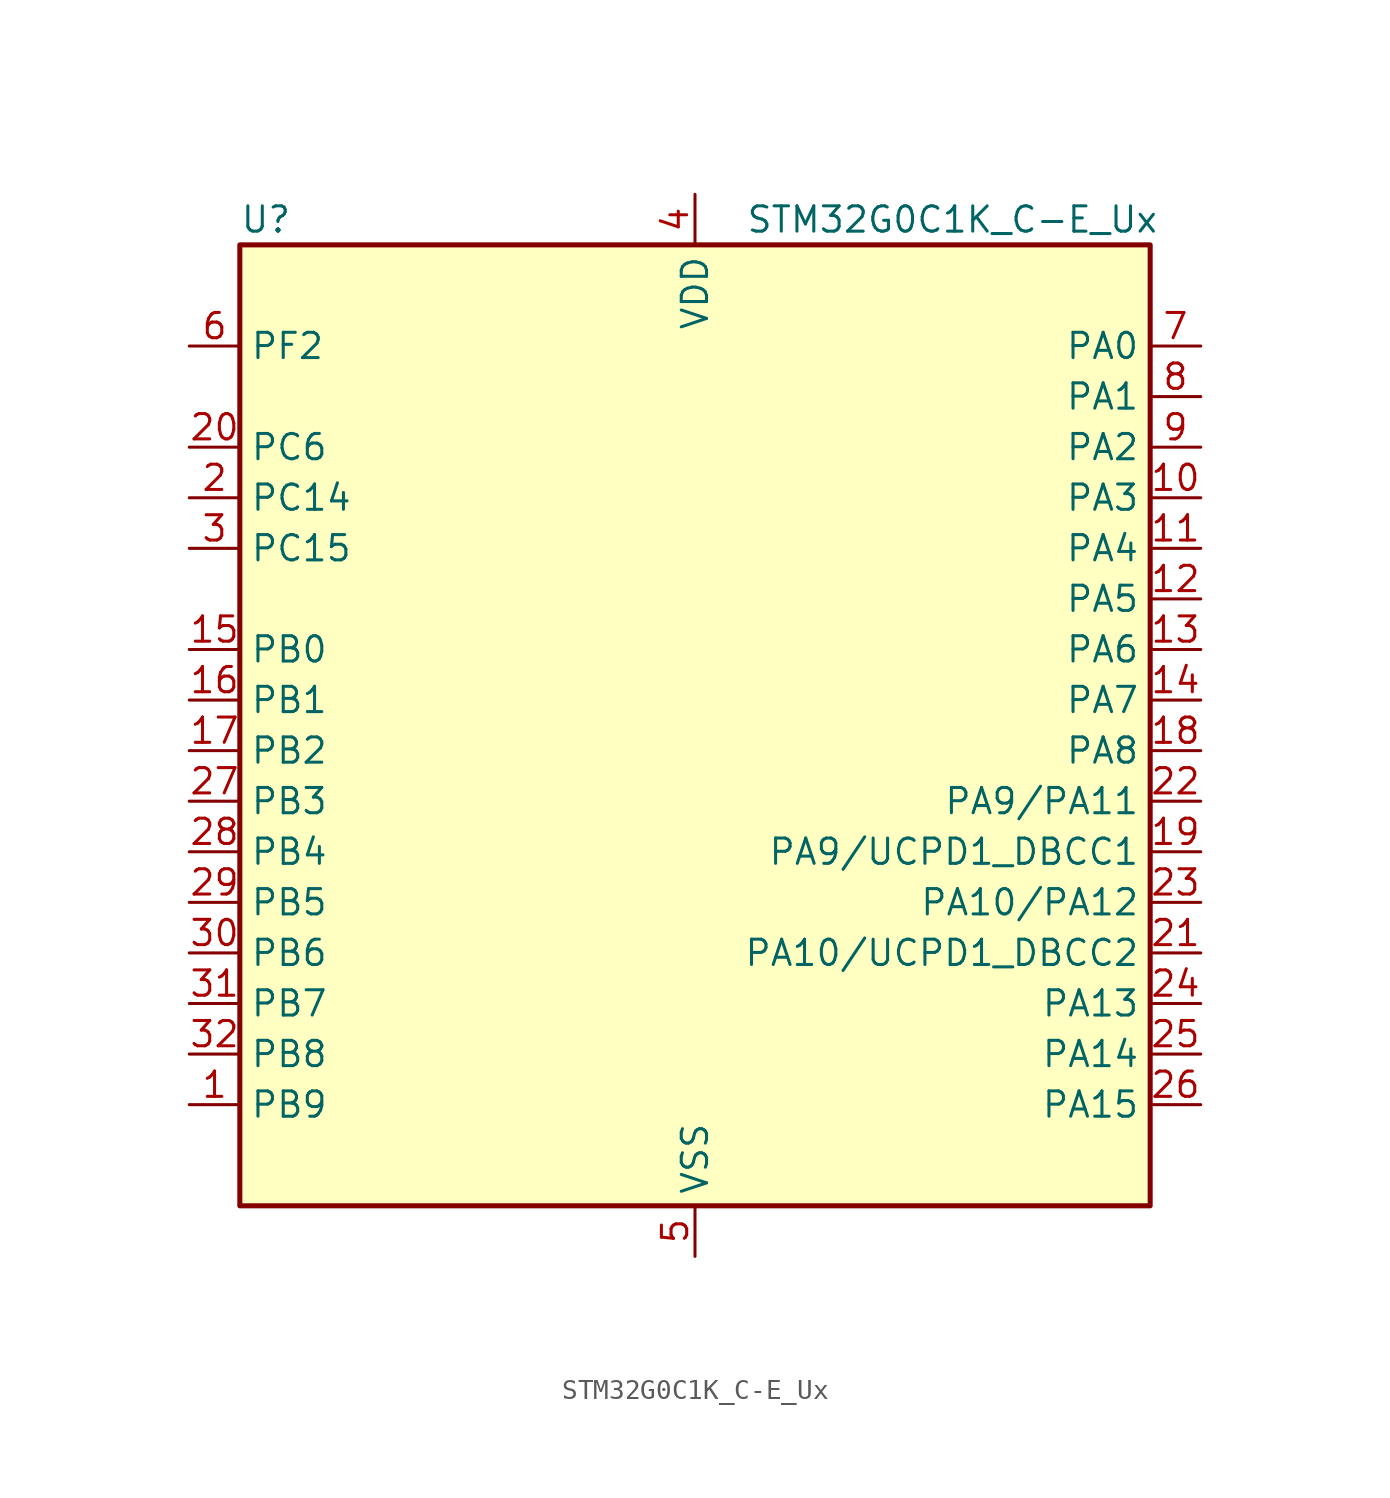
<source format=kicad_sym>
(kicad_symbol_lib
  (version 20231120)
  (generator "kicad-library-utils")
  (generator_version "8.0")
  (symbol "STM32G0C1K_C-E_Ux"
    (property "Reference" "U"
      (at -22.86 26.67 0)
      (effects (font (size 1.27 1.27)) (justify left)))
    (property "Value" "STM32G0C1K_C-E_Ux"
      (at 2.54 26.67 0)
      (effects (font (size 1.27 1.27)) (justify left)))
    (symbol "STM32G0C1K_C-E_Ux_0_1"
      (rectangle (start -22.86 -22.86) (end 22.86 25.4) (stroke (width 0.254) (type default)) (fill (type background))))
    (symbol "STM32G0C1K_C-E_Ux_1_1"
      (pin bidirectional line (at -25.4 -17.78 0) (length 2.54) (name "PB9" (effects (font (size 1.27 1.27)))) (number "1" (effects (font (size 1.27 1.27)))) (alternate "DAC1_EXTI9" bidirectional line) (alternate "FDCAN1_TX" bidirectional line) (alternate "I2C1_SDA" bidirectional line) (alternate "I2S2_WS" bidirectional line) (alternate "IR_OUT" bidirectional line) (alternate "SPI2_NSS" bidirectional line) (alternate "TIM17_CH1" bidirectional line) (alternate "TIM4_CH4" bidirectional line) (alternate "USART3_RX" bidirectional line) (alternate "USART6_RX" bidirectional line))
      (pin bidirectional line (at 25.4 12.7 180) (length 2.54) (name "PA3" (effects (font (size 1.27 1.27)))) (number "10" (effects (font (size 1.27 1.27)))) (alternate "ADC1_IN3" bidirectional line) (alternate "COMP2_INP" bidirectional line) (alternate "I2S2_MCK" bidirectional line) (alternate "LPUART1_RX" bidirectional line) (alternate "SPI2_MISO" bidirectional line) (alternate "TIM15_CH2" bidirectional line) (alternate "TIM2_CH4" bidirectional line) (alternate "USART2_RX" bidirectional line))
      (pin bidirectional line (at 25.4 10.16 180) (length 2.54) (name "PA4" (effects (font (size 1.27 1.27)))) (number "11" (effects (font (size 1.27 1.27)))) (alternate "ADC1_IN4" bidirectional line) (alternate "DAC1_OUT1" bidirectional line) (alternate "I2S1_WS" bidirectional line) (alternate "I2S2_SD" bidirectional line) (alternate "LPTIM2_OUT" bidirectional line) (alternate "RTC_OUT1" bidirectional line) (alternate "RTC_TAMP_IN1" bidirectional line) (alternate "RTC_TS" bidirectional line) (alternate "SPI1_NSS" bidirectional line) (alternate "SPI2_MOSI" bidirectional line) (alternate "SPI3_NSS" bidirectional line) (alternate "SYS_WKUP2" bidirectional line) (alternate "TIM14_CH1" bidirectional line) (alternate "USART6_TX" bidirectional line) (alternate "USB_NOE" bidirectional line))
      (pin bidirectional line (at 25.4 7.62 180) (length 2.54) (name "PA5" (effects (font (size 1.27 1.27)))) (number "12" (effects (font (size 1.27 1.27)))) (alternate "ADC1_IN5" bidirectional line) (alternate "CEC" bidirectional line) (alternate "DAC1_OUT2" bidirectional line) (alternate "I2S1_CK" bidirectional line) (alternate "LPTIM2_ETR" bidirectional line) (alternate "SPI1_SCK" bidirectional line) (alternate "TIM2_CH1" bidirectional line) (alternate "TIM2_ETR" bidirectional line) (alternate "UCPD1_FRSTX1" bidirectional line) (alternate "UCPD1_FRSTX2" bidirectional line) (alternate "USART3_TX" bidirectional line) (alternate "USART6_RX" bidirectional line))
      (pin bidirectional line (at 25.4 5.08 180) (length 2.54) (name "PA6" (effects (font (size 1.27 1.27)))) (number "13" (effects (font (size 1.27 1.27)))) (alternate "ADC1_IN6" bidirectional line) (alternate "COMP1_OUT" bidirectional line) (alternate "I2C2_SDA" bidirectional line) (alternate "I2C3_SDA" bidirectional line) (alternate "I2S1_MCK" bidirectional line) (alternate "LPUART1_CTS" bidirectional line) (alternate "SPI1_MISO" bidirectional line) (alternate "TIM16_CH1" bidirectional line) (alternate "TIM1_BK" bidirectional line) (alternate "TIM3_CH1" bidirectional line) (alternate "USART3_CTS" bidirectional line) (alternate "USART3_NSS" bidirectional line) (alternate "USART6_CTS" bidirectional line) (alternate "USART6_NSS" bidirectional line))
      (pin bidirectional line (at 25.4 2.54 180) (length 2.54) (name "PA7" (effects (font (size 1.27 1.27)))) (number "14" (effects (font (size 1.27 1.27)))) (alternate "ADC1_IN7" bidirectional line) (alternate "COMP2_OUT" bidirectional line) (alternate "I2C2_SCL" bidirectional line) (alternate "I2C3_SCL" bidirectional line) (alternate "I2S1_SD" bidirectional line) (alternate "SPI1_MOSI" bidirectional line) (alternate "TIM14_CH1" bidirectional line) (alternate "TIM17_CH1" bidirectional line) (alternate "TIM1_CH1N" bidirectional line) (alternate "TIM3_CH2" bidirectional line) (alternate "UCPD1_FRSTX1" bidirectional line) (alternate "UCPD1_FRSTX2" bidirectional line) (alternate "USART6_CK" bidirectional line) (alternate "USART6_DE" bidirectional line) (alternate "USART6_RTS" bidirectional line))
      (pin bidirectional line (at -25.4 5.08 0) (length 2.54) (name "PB0" (effects (font (size 1.27 1.27)))) (number "15" (effects (font (size 1.27 1.27)))) (alternate "ADC1_IN8" bidirectional line) (alternate "COMP1_OUT" bidirectional line) (alternate "COMP3_INP" bidirectional line) (alternate "FDCAN2_RX" bidirectional line) (alternate "I2S1_WS" bidirectional line) (alternate "LPTIM1_OUT" bidirectional line) (alternate "LPUART2_CTS" bidirectional line) (alternate "SPI1_NSS" bidirectional line) (alternate "TIM1_CH2N" bidirectional line) (alternate "TIM3_CH3" bidirectional line) (alternate "UCPD1_FRSTX1" bidirectional line) (alternate "UCPD1_FRSTX2" bidirectional line) (alternate "USART3_RX" bidirectional line) (alternate "USART5_TX" bidirectional line))
      (pin bidirectional line (at -25.4 2.54 0) (length 2.54) (name "PB1" (effects (font (size 1.27 1.27)))) (number "16" (effects (font (size 1.27 1.27)))) (alternate "ADC1_IN9" bidirectional line) (alternate "COMP1_INM" bidirectional line) (alternate "COMP3_OUT" bidirectional line) (alternate "FDCAN2_TX" bidirectional line) (alternate "LPTIM2_IN1" bidirectional line) (alternate "LPUART1_DE" bidirectional line) (alternate "LPUART1_RTS" bidirectional line) (alternate "LPUART2_DE" bidirectional line) (alternate "LPUART2_RTS" bidirectional line) (alternate "TIM14_CH1" bidirectional line) (alternate "TIM1_CH3N" bidirectional line) (alternate "TIM3_CH4" bidirectional line) (alternate "USART3_CK" bidirectional line) (alternate "USART3_DE" bidirectional line) (alternate "USART3_RTS" bidirectional line) (alternate "USART5_RX" bidirectional line))
      (pin bidirectional line (at -25.4 0 0) (length 2.54) (name "PB2" (effects (font (size 1.27 1.27)))) (number "17" (effects (font (size 1.27 1.27)))) (alternate "ADC1_IN10" bidirectional line) (alternate "COMP1_INP" bidirectional line) (alternate "COMP3_INM" bidirectional line) (alternate "I2S2_MCK" bidirectional line) (alternate "LPTIM1_OUT" bidirectional line) (alternate "RCC_MCO_2" bidirectional line) (alternate "SPI2_MISO" bidirectional line) (alternate "USART3_TX" bidirectional line))
      (pin bidirectional line (at 25.4 0 180) (length 2.54) (name "PA8" (effects (font (size 1.27 1.27)))) (number "18" (effects (font (size 1.27 1.27)))) (alternate "CRS1_SYNC" bidirectional line) (alternate "I2C2_SMBA" bidirectional line) (alternate "I2S2_WS" bidirectional line) (alternate "LPTIM2_OUT" bidirectional line) (alternate "RCC_MCO" bidirectional line) (alternate "SPI2_NSS" bidirectional line) (alternate "TIM1_CH1" bidirectional line) (alternate "UCPD1_CC1" bidirectional line))
      (pin bidirectional line (at 25.4 -5.08 180) (length 2.54) (name "PA9/UCPD1_DBCC1" (effects (font (size 1.27 1.27)))) (number "19" (effects (font (size 1.27 1.27)))) (alternate "PA9" bidirectional line) (alternate "DAC1_EXTI9 (PA9)" bidirectional line) (alternate "I2C1_SCL (PA9)" bidirectional line) (alternate "I2C2_SCL (PA9)" bidirectional line) (alternate "I2S2_MCK (PA9)" bidirectional line) (alternate "RCC_MCO (PA9)" bidirectional line) (alternate "SPI2_MISO (PA9)" bidirectional line) (alternate "TIM15_BK (PA9)" bidirectional line) (alternate "TIM1_CH2 (PA9)" bidirectional line) (alternate "UCPD1_DBCC1 (PA9)" bidirectional line) (alternate "USART1_TX (PA9)" bidirectional line) (alternate "UCPD1_DBCC1" bidirectional line) (alternate "UCPD1_DBCC1 (UCPD1_DBCC1)" bidirectional line))
      (pin bidirectional line (at -25.4 12.7 0) (length 2.54) (name "PC14" (effects (font (size 1.27 1.27)))) (number "2" (effects (font (size 1.27 1.27)))) (alternate "RCC_OSC32_IN" bidirectional line) (alternate "RCC_OSC_IN" bidirectional line) (alternate "TIM1_BK2" bidirectional line))
      (pin bidirectional line (at -25.4 15.24 0) (length 2.54) (name "PC6" (effects (font (size 1.27 1.27)))) (number "20" (effects (font (size 1.27 1.27)))) (alternate "LPUART2_TX" bidirectional line) (alternate "TIM2_CH3" bidirectional line) (alternate "TIM3_CH1" bidirectional line) (alternate "UCPD1_FRSTX1" bidirectional line) (alternate "UCPD1_FRSTX2" bidirectional line))
      (pin bidirectional line (at 25.4 -10.16 180) (length 2.54) (name "PA10/UCPD1_DBCC2" (effects (font (size 1.27 1.27)))) (number "21" (effects (font (size 1.27 1.27)))) (alternate "PA10" bidirectional line) (alternate "I2C1_SDA (PA10)" bidirectional line) (alternate "I2C2_SDA (PA10)" bidirectional line) (alternate "I2S2_SD (PA10)" bidirectional line) (alternate "RCC_MCO_2 (PA10)" bidirectional line) (alternate "SPI2_MOSI (PA10)" bidirectional line) (alternate "TIM17_BK (PA10)" bidirectional line) (alternate "TIM1_CH3 (PA10)" bidirectional line) (alternate "UCPD1_DBCC2 (PA10)" bidirectional line) (alternate "USART1_RX (PA10)" bidirectional line) (alternate "UCPD1_DBCC2" bidirectional line) (alternate "UCPD1_DBCC2 (UCPD1_DBCC2)" bidirectional line))
      (pin bidirectional line (at 25.4 -2.54 180) (length 2.54) (name "PA9/PA11" (effects (font (size 1.27 1.27)))) (number "22" (effects (font (size 1.27 1.27)))) (alternate "PA9" bidirectional line) (alternate "DAC1_EXTI9 (PA9)" bidirectional line) (alternate "I2C1_SCL (PA9)" bidirectional line) (alternate "I2C2_SCL (PA9)" bidirectional line) (alternate "I2S2_MCK (PA9)" bidirectional line) (alternate "RCC_MCO (PA9)" bidirectional line) (alternate "SPI2_MISO (PA9)" bidirectional line) (alternate "TIM15_BK (PA9)" bidirectional line) (alternate "TIM1_CH2 (PA9)" bidirectional line) (alternate "UCPD1_DBCC1 (PA9)" bidirectional line) (alternate "USART1_TX (PA9)" bidirectional line) (alternate "PA11" bidirectional line) (alternate "ADC1_EXTI11 (PA11)" bidirectional line) (alternate "COMP1_OUT (PA11)" bidirectional line) (alternate "FDCAN1_RX (PA11)" bidirectional line) (alternate "I2C2_SCL (PA11)" bidirectional line) (alternate "I2S1_MCK (PA11)" bidirectional line) (alternate "SPI1_MISO (PA11)" bidirectional line) (alternate "TIM1_BK2 (PA11)" bidirectional line) (alternate "TIM1_CH4 (PA11)" bidirectional line) (alternate "USART1_CTS (PA11)" bidirectional line) (alternate "USART1_NSS (PA11)" bidirectional line) (alternate "USB_DM (PA11)" bidirectional line))
      (pin bidirectional line (at 25.4 -7.62 180) (length 2.54) (name "PA10/PA12" (effects (font (size 1.27 1.27)))) (number "23" (effects (font (size 1.27 1.27)))) (alternate "PA10" bidirectional line) (alternate "I2C1_SDA (PA10)" bidirectional line) (alternate "I2C2_SDA (PA10)" bidirectional line) (alternate "I2S2_SD (PA10)" bidirectional line) (alternate "RCC_MCO_2 (PA10)" bidirectional line) (alternate "SPI2_MOSI (PA10)" bidirectional line) (alternate "TIM17_BK (PA10)" bidirectional line) (alternate "TIM1_CH3 (PA10)" bidirectional line) (alternate "UCPD1_DBCC2 (PA10)" bidirectional line) (alternate "USART1_RX (PA10)" bidirectional line) (alternate "PA12" bidirectional line) (alternate "COMP2_OUT (PA12)" bidirectional line) (alternate "FDCAN1_TX (PA12)" bidirectional line) (alternate "I2C2_SDA (PA12)" bidirectional line) (alternate "I2S1_SD (PA12)" bidirectional line) (alternate "I2S_CKIN (PA12)" bidirectional line) (alternate "SPI1_MOSI (PA12)" bidirectional line) (alternate "TIM1_ETR (PA12)" bidirectional line) (alternate "USART1_CK (PA12)" bidirectional line) (alternate "USART1_DE (PA12)" bidirectional line) (alternate "USART1_RTS (PA12)" bidirectional line) (alternate "USB_DP (PA12)" bidirectional line))
      (pin bidirectional line (at 25.4 -12.7 180) (length 2.54) (name "PA13" (effects (font (size 1.27 1.27)))) (number "24" (effects (font (size 1.27 1.27)))) (alternate "IR_OUT" bidirectional line) (alternate "LPUART2_RX" bidirectional line) (alternate "SYS_SWDIO" bidirectional line) (alternate "USB_NOE" bidirectional line))
      (pin bidirectional line (at 25.4 -15.24 180) (length 2.54) (name "PA14" (effects (font (size 1.27 1.27)))) (number "25" (effects (font (size 1.27 1.27)))) (alternate "LPUART2_TX" bidirectional line) (alternate "SYS_SWCLK" bidirectional line) (alternate "USART2_TX" bidirectional line))
      (pin bidirectional line (at 25.4 -17.78 180) (length 2.54) (name "PA15" (effects (font (size 1.27 1.27)))) (number "26" (effects (font (size 1.27 1.27)))) (alternate "I2C2_SMBA" bidirectional line) (alternate "I2S1_WS" bidirectional line) (alternate "RCC_MCO_2" bidirectional line) (alternate "SPI1_NSS" bidirectional line) (alternate "SPI3_NSS" bidirectional line) (alternate "TIM2_CH1" bidirectional line) (alternate "TIM2_ETR" bidirectional line) (alternate "USART2_RX" bidirectional line) (alternate "USART3_CK" bidirectional line) (alternate "USART3_DE" bidirectional line) (alternate "USART3_RTS" bidirectional line) (alternate "USART4_CK" bidirectional line) (alternate "USART4_DE" bidirectional line) (alternate "USART4_RTS" bidirectional line) (alternate "USB_NOE" bidirectional line))
      (pin bidirectional line (at -25.4 -2.54 0) (length 2.54) (name "PB3" (effects (font (size 1.27 1.27)))) (number "27" (effects (font (size 1.27 1.27)))) (alternate "COMP2_INM" bidirectional line) (alternate "I2C2_SCL" bidirectional line) (alternate "I2C3_SCL" bidirectional line) (alternate "I2S1_CK" bidirectional line) (alternate "SPI1_SCK" bidirectional line) (alternate "SPI3_SCK" bidirectional line) (alternate "TIM1_CH2" bidirectional line) (alternate "TIM2_CH2" bidirectional line) (alternate "USART1_CK" bidirectional line) (alternate "USART1_DE" bidirectional line) (alternate "USART1_RTS" bidirectional line) (alternate "USART5_TX" bidirectional line))
      (pin bidirectional line (at -25.4 -5.08 0) (length 2.54) (name "PB4" (effects (font (size 1.27 1.27)))) (number "28" (effects (font (size 1.27 1.27)))) (alternate "COMP2_INP" bidirectional line) (alternate "I2C2_SDA" bidirectional line) (alternate "I2C3_SDA" bidirectional line) (alternate "I2S1_MCK" bidirectional line) (alternate "SPI1_MISO" bidirectional line) (alternate "SPI3_MISO" bidirectional line) (alternate "TIM17_BK" bidirectional line) (alternate "TIM3_CH1" bidirectional line) (alternate "USART1_CTS" bidirectional line) (alternate "USART1_NSS" bidirectional line) (alternate "USART5_RX" bidirectional line))
      (pin bidirectional line (at -25.4 -7.62 0) (length 2.54) (name "PB5" (effects (font (size 1.27 1.27)))) (number "29" (effects (font (size 1.27 1.27)))) (alternate "COMP2_OUT" bidirectional line) (alternate "FDCAN2_RX" bidirectional line) (alternate "I2C1_SMBA" bidirectional line) (alternate "I2S1_SD" bidirectional line) (alternate "LPTIM1_IN1" bidirectional line) (alternate "SPI1_MOSI" bidirectional line) (alternate "SPI3_MOSI" bidirectional line) (alternate "SYS_WKUP6" bidirectional line) (alternate "TIM16_BK" bidirectional line) (alternate "TIM3_CH2" bidirectional line) (alternate "USART5_CK" bidirectional line) (alternate "USART5_DE" bidirectional line) (alternate "USART5_RTS" bidirectional line))
      (pin bidirectional line (at -25.4 10.16 0) (length 2.54) (name "PC15" (effects (font (size 1.27 1.27)))) (number "3" (effects (font (size 1.27 1.27)))) (alternate "RCC_OSC32_EN" bidirectional line) (alternate "RCC_OSC32_OUT" bidirectional line) (alternate "RCC_OSC_EN" bidirectional line) (alternate "TIM15_BK" bidirectional line))
      (pin bidirectional line (at -25.4 -10.16 0) (length 2.54) (name "PB6" (effects (font (size 1.27 1.27)))) (number "30" (effects (font (size 1.27 1.27)))) (alternate "COMP2_INP" bidirectional line) (alternate "FDCAN2_TX" bidirectional line) (alternate "I2C1_SCL" bidirectional line) (alternate "I2S2_MCK" bidirectional line) (alternate "LPTIM1_ETR" bidirectional line) (alternate "LPUART2_TX" bidirectional line) (alternate "SPI2_MISO" bidirectional line) (alternate "TIM16_CH1N" bidirectional line) (alternate "TIM1_CH3" bidirectional line) (alternate "TIM4_CH1" bidirectional line) (alternate "USART1_TX" bidirectional line) (alternate "USART5_CTS" bidirectional line) (alternate "USART5_NSS" bidirectional line))
      (pin bidirectional line (at -25.4 -12.7 0) (length 2.54) (name "PB7" (effects (font (size 1.27 1.27)))) (number "31" (effects (font (size 1.27 1.27)))) (alternate "COMP2_INM" bidirectional line) (alternate "I2C1_SDA" bidirectional line) (alternate "I2S2_SD" bidirectional line) (alternate "LPTIM1_IN2" bidirectional line) (alternate "LPUART2_RX" bidirectional line) (alternate "SPI2_MOSI" bidirectional line) (alternate "SYS_PVD_IN" bidirectional line) (alternate "TIM17_CH1N" bidirectional line) (alternate "TIM4_CH2" bidirectional line) (alternate "USART1_RX" bidirectional line) (alternate "USART4_CTS" bidirectional line) (alternate "USART4_NSS" bidirectional line))
      (pin bidirectional line (at -25.4 -15.24 0) (length 2.54) (name "PB8" (effects (font (size 1.27 1.27)))) (number "32" (effects (font (size 1.27 1.27)))) (alternate "CEC" bidirectional line) (alternate "FDCAN1_RX" bidirectional line) (alternate "I2C1_SCL" bidirectional line) (alternate "I2S2_CK" bidirectional line) (alternate "SPI2_SCK" bidirectional line) (alternate "TIM15_BK" bidirectional line) (alternate "TIM16_CH1" bidirectional line) (alternate "TIM4_CH3" bidirectional line) (alternate "USART3_TX" bidirectional line) (alternate "USART6_TX" bidirectional line))
      (pin passive line (at 0 -25.4 90) (length 2.54) hide (name "VSS" (effects (font (size 1.27 1.27)))) (number "33" (effects (font (size 1.27 1.27)))))
      (pin power_in line (at 0 27.94 270) (length 2.54) (name "VDD" (effects (font (size 1.27 1.27)))) (number "4" (effects (font (size 1.27 1.27)))))
      (pin power_in line (at 0 -25.4 90) (length 2.54) (name "VSS" (effects (font (size 1.27 1.27)))) (number "5" (effects (font (size 1.27 1.27)))))
      (pin bidirectional line (at -25.4 20.32 0) (length 2.54) (name "PF2" (effects (font (size 1.27 1.27)))) (number "6" (effects (font (size 1.27 1.27)))) (alternate "LPUART2_DE" bidirectional line) (alternate "LPUART2_RTS" bidirectional line) (alternate "LPUART2_TX" bidirectional line) (alternate "RCC_MCO" bidirectional line))
      (pin bidirectional line (at 25.4 20.32 180) (length 2.54) (name "PA0" (effects (font (size 1.27 1.27)))) (number "7" (effects (font (size 1.27 1.27)))) (alternate "ADC1_IN0" bidirectional line) (alternate "COMP1_INM" bidirectional line) (alternate "COMP1_OUT" bidirectional line) (alternate "I2S2_CK" bidirectional line) (alternate "LPTIM1_OUT" bidirectional line) (alternate "RTC_TAMP_IN2" bidirectional line) (alternate "SPI2_SCK" bidirectional line) (alternate "SYS_WKUP1" bidirectional line) (alternate "TIM2_CH1" bidirectional line) (alternate "TIM2_ETR" bidirectional line) (alternate "USART2_CTS" bidirectional line) (alternate "USART2_NSS" bidirectional line) (alternate "USART4_TX" bidirectional line))
      (pin bidirectional line (at 25.4 17.78 180) (length 2.54) (name "PA1" (effects (font (size 1.27 1.27)))) (number "8" (effects (font (size 1.27 1.27)))) (alternate "ADC1_IN1" bidirectional line) (alternate "COMP1_INP" bidirectional line) (alternate "I2C1_SMBA" bidirectional line) (alternate "I2S1_CK" bidirectional line) (alternate "SPI1_SCK" bidirectional line) (alternate "TIM15_CH1N" bidirectional line) (alternate "TIM2_CH2" bidirectional line) (alternate "USART2_CK" bidirectional line) (alternate "USART2_DE" bidirectional line) (alternate "USART2_RTS" bidirectional line) (alternate "USART4_RX" bidirectional line))
      (pin bidirectional line (at 25.4 15.24 180) (length 2.54) (name "PA2" (effects (font (size 1.27 1.27)))) (number "9" (effects (font (size 1.27 1.27)))) (alternate "ADC1_IN2" bidirectional line) (alternate "COMP2_INM" bidirectional line) (alternate "COMP2_OUT" bidirectional line) (alternate "I2S1_SD" bidirectional line) (alternate "LPUART1_TX" bidirectional line) (alternate "RCC_LSCO" bidirectional line) (alternate "SPI1_MOSI" bidirectional line) (alternate "SYS_WKUP4" bidirectional line) (alternate "TIM15_CH1" bidirectional line) (alternate "TIM2_CH3" bidirectional line) (alternate "UCPD1_FRSTX1" bidirectional line) (alternate "UCPD1_FRSTX2" bidirectional line) (alternate "USART2_TX" bidirectional line)))))
</source>
